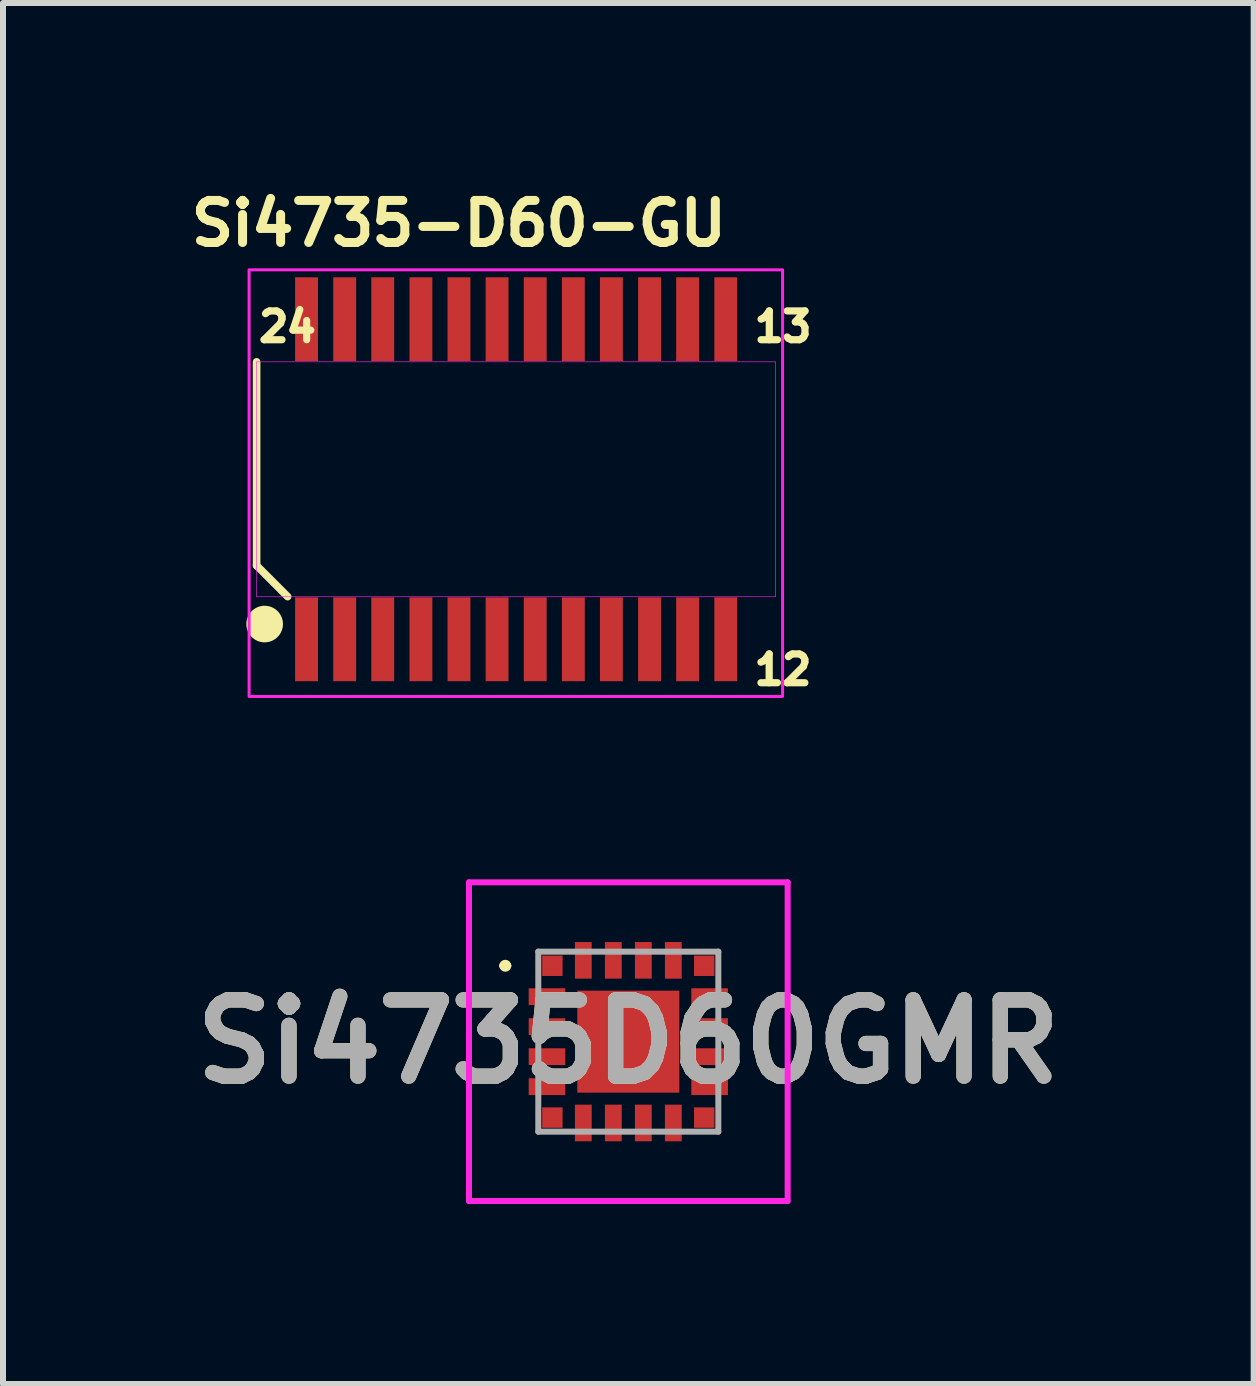
<source format=kicad_pcb>
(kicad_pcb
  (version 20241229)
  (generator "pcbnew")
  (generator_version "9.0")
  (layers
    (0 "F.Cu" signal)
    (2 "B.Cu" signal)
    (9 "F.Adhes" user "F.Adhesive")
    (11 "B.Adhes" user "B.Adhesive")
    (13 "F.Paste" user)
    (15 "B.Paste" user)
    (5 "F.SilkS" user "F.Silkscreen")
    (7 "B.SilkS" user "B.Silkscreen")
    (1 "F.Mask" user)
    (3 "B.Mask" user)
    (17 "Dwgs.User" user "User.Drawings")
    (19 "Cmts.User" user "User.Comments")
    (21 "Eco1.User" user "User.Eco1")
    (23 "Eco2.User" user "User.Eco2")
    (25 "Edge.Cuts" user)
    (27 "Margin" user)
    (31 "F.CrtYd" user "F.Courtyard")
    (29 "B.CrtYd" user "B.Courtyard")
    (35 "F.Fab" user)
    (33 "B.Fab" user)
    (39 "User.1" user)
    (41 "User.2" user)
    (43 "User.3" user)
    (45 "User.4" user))
  (footprint "Si4735D60GMR"
    (layer "F.Cu")
    (at 7.42 14.308)
    (property "Reference" "Si4735D60GMR" (at 0 0 0) (layer "F.SilkS") (effects (font (size 1.27 1.27) (thickness 0.254))))
    (attr smd)
    (fp_line (start -2.1 -1.265) (end -2.1 -1.265) (stroke (width 0.1) (type solid)) (layer "F.SilkS"))
    (fp_line (start -2 -1.265) (end -2 -1.265) (stroke (width 0.1) (type solid)) (layer "F.SilkS"))
    (fp_arc (start -2.1 -1.265) (mid -2.05 -1.315) (end -2 -1.265) (stroke (width 0.1) (type solid)) (layer "F.SilkS"))
    (fp_arc (start -2 -1.265) (mid -2.05 -1.215) (end -2.1 -1.265) (stroke (width 0.1) (type solid)) (layer "F.SilkS"))
    (fp_line (start -2.655 -2.655) (end 2.655 -2.655) (stroke (width 0.1) (type solid)) (layer "F.CrtYd"))
    (fp_line (start -2.655 2.655) (end -2.655 -2.655) (stroke (width 0.1) (type solid)) (layer "F.CrtYd"))
    (fp_line (start 2.655 -2.655) (end 2.655 2.655) (stroke (width 0.1) (type solid)) (layer "F.CrtYd"))
    (fp_line (start 2.655 2.655) (end -2.655 2.655) (stroke (width 0.1) (type solid)) (layer "F.CrtYd"))
    (fp_line (start -1.5 -1.5) (end 1.5 -1.5) (stroke (width 0.1) (type solid)) (layer "F.Fab"))
    (fp_line (start -1.5 1.5) (end -1.5 -1.5) (stroke (width 0.1) (type solid)) (layer "F.Fab"))
    (fp_line (start 1.5 -1.5) (end 1.5 1.5) (stroke (width 0.1) (type solid)) (layer "F.Fab"))
    (fp_line (start 1.5 1.5) (end -1.5 1.5) (stroke (width 0.1) (type solid)) (layer "F.Fab"))
    (fp_text user "${REFERENCE}" (at 0 0 0) (layer "F.Fab") (effects (font (size 1.27 1.27) (thickness 0.254))))
    (pad "1" smd rect (at -1.265 -1.265 90) (size 0.34 0.34) (layers "F.Cu" "F.Mask" "F.Paste"))
    (pad "2" smd rect (at -1.355 -0.75 90) (size 0.28 0.61) (layers "F.Cu" "F.Mask" "F.Paste"))
    (pad "3" smd rect (at -1.355 -0.25 90) (size 0.28 0.61) (layers "F.Cu" "F.Mask" "F.Paste"))
    (pad "4" smd rect (at -1.355 0.25 90) (size 0.28 0.61) (layers "F.Cu" "F.Mask" "F.Paste"))
    (pad "5" smd rect (at -1.355 0.75 90) (size 0.28 0.61) (layers "F.Cu" "F.Mask" "F.Paste"))
    (pad "6" smd rect (at -1.265 1.265 90) (size 0.34 0.34) (layers "F.Cu" "F.Mask" "F.Paste"))
    (pad "7" smd rect (at -0.75 1.355) (size 0.28 0.61) (layers "F.Cu" "F.Mask" "F.Paste"))
    (pad "8" smd rect (at -0.25 1.355) (size 0.28 0.61) (layers "F.Cu" "F.Mask" "F.Paste"))
    (pad "9" smd rect (at 0.25 1.355) (size 0.28 0.61) (layers "F.Cu" "F.Mask" "F.Paste"))
    (pad "10" smd rect (at 0.75 1.355) (size 0.28 0.61) (layers "F.Cu" "F.Mask" "F.Paste"))
    (pad "11" smd rect (at 1.265 1.265 90) (size 0.34 0.34) (layers "F.Cu" "F.Mask" "F.Paste"))
    (pad "12" smd rect (at 1.355 0.75 90) (size 0.28 0.61) (layers "F.Cu" "F.Mask" "F.Paste"))
    (pad "13" smd rect (at 1.355 0.25 90) (size 0.28 0.61) (layers "F.Cu" "F.Mask" "F.Paste"))
    (pad "14" smd rect (at 1.355 -0.25 90) (size 0.28 0.61) (layers "F.Cu" "F.Mask" "F.Paste"))
    (pad "15" smd rect (at 1.355 -0.75 90) (size 0.28 0.61) (layers "F.Cu" "F.Mask" "F.Paste"))
    (pad "16" smd rect (at 1.265 -1.265 90) (size 0.34 0.34) (layers "F.Cu" "F.Mask" "F.Paste"))
    (pad "17" smd rect (at 0.75 -1.355) (size 0.28 0.61) (layers "F.Cu" "F.Mask" "F.Paste"))
    (pad "18" smd rect (at 0.25 -1.355) (size 0.28 0.61) (layers "F.Cu" "F.Mask" "F.Paste"))
    (pad "19" smd rect (at -0.25 -1.355) (size 0.28 0.61) (layers "F.Cu" "F.Mask" "F.Paste"))
    (pad "20" smd rect (at -0.75 -1.355) (size 0.28 0.61) (layers "F.Cu" "F.Mask" "F.Paste"))
    (pad "21" smd rect (at 0 0) (size 1.7 1.7) (layers "F.Cu" "F.Mask" "F.Paste")))
  (footprint "Si4735-D60-GU"
    (layer "F.Cu")
    (at 5.551 4.936)
    (property "Reference" "Si4735-D60-GU" (at -0.954 -4.262 0) (layer "F.SilkS") (effects (font (size 0.701 0.701) (thickness 0.15))))
    (attr smd)
    (fp_line (start -4.325 1.438) (end -4.325 -1.956) (stroke (width 0.127) (type solid)) (layer "F.SilkS"))
    (fp_line (start -3.808 1.956) (end -4.325 1.438) (stroke (width 0.127) (type solid)) (layer "F.SilkS"))
    (fp_circle (center -4.191 2.413) (end -3.886 2.413) (stroke (width 0) (type solid)) (fill yes) (layer "F.SilkS"))
    (fp_rect (start -4.4 -3.44) (end 4.37 3.55) (stroke (width 0.1) (type default)) (fill no) (layer "Margin"))
    (fp_rect (start -4.45 -3.49) (end 4.44 3.62) (stroke (width 0.05) (type default)) (fill no) (layer "F.CrtYd"))
    (fp_poly (pts (xy -4.329 -1.956) (xy 4.325 -1.956) (xy 4.325 1.958) (xy -4.329 1.958)) (stroke (width 0.01) (type solid)) (fill no) (layer "F.CrtYd"))
    (fp_text user "24" (at -3.811 -2.541 0) (layer "F.SilkS") (effects (font (size 0.48 0.48) (thickness 0.15))))
    (fp_text user "12" (at 4.445 3.175 0) (layer "F.SilkS") (effects (font (size 0.48 0.48) (thickness 0.15))))
    (fp_text user "13" (at 4.447 -2.541 0) (layer "F.SilkS") (effects (font (size 0.48 0.48) (thickness 0.15))))
    (pad "1" smd rect (at -3.493 2.667) (size 0.381 1.397) (layers "F.Cu" "F.Mask" "F.Paste"))
    (pad "2" smd rect (at -2.857 2.667) (size 0.381 1.397) (layers "F.Cu" "F.Mask" "F.Paste"))
    (pad "3" smd rect (at -2.223 2.667) (size 0.381 1.397) (layers "F.Cu" "F.Mask" "F.Paste"))
    (pad "4" smd rect (at -1.587 2.667) (size 0.381 1.397) (layers "F.Cu" "F.Mask" "F.Paste"))
    (pad "5" smd rect (at -0.953 2.667) (size 0.381 1.397) (layers "F.Cu" "F.Mask" "F.Paste"))
    (pad "6" smd rect (at -0.318 2.667) (size 0.381 1.397) (layers "F.Cu" "F.Mask" "F.Paste"))
    (pad "7" smd rect (at 0.318 2.667) (size 0.381 1.397) (layers "F.Cu" "F.Mask" "F.Paste"))
    (pad "8" smd rect (at 0.953 2.667) (size 0.381 1.397) (layers "F.Cu" "F.Mask" "F.Paste"))
    (pad "9" smd rect (at 1.587 2.667) (size 0.381 1.397) (layers "F.Cu" "F.Mask" "F.Paste"))
    (pad "10" smd rect (at 2.223 2.667) (size 0.381 1.397) (layers "F.Cu" "F.Mask" "F.Paste"))
    (pad "11" smd rect (at 2.857 2.667) (size 0.381 1.397) (layers "F.Cu" "F.Mask" "F.Paste"))
    (pad "12" smd rect (at 3.493 2.667) (size 0.381 1.397) (layers "F.Cu" "F.Mask" "F.Paste"))
    (pad "13" smd rect (at 3.493 -2.667) (size 0.381 1.397) (layers "F.Cu" "F.Mask" "F.Paste"))
    (pad "14" smd rect (at 2.857 -2.667) (size 0.381 1.397) (layers "F.Cu" "F.Mask" "F.Paste"))
    (pad "15" smd rect (at 2.223 -2.667) (size 0.381 1.397) (layers "F.Cu" "F.Mask" "F.Paste"))
    (pad "16" smd rect (at 1.587 -2.667) (size 0.381 1.397) (layers "F.Cu" "F.Mask" "F.Paste"))
    (pad "17" smd rect (at 0.953 -2.667) (size 0.381 1.397) (layers "F.Cu" "F.Mask" "F.Paste"))
    (pad "18" smd rect (at 0.318 -2.667) (size 0.381 1.397) (layers "F.Cu" "F.Mask" "F.Paste"))
    (pad "19" smd rect (at -0.318 -2.667) (size 0.381 1.397) (layers "F.Cu" "F.Mask" "F.Paste"))
    (pad "20" smd rect (at -0.953 -2.667) (size 0.381 1.397) (layers "F.Cu" "F.Mask" "F.Paste"))
    (pad "21" smd rect (at -1.587 -2.667) (size 0.381 1.397) (layers "F.Cu" "F.Mask" "F.Paste"))
    (pad "22" smd rect (at -2.223 -2.667) (size 0.381 1.397) (layers "F.Cu" "F.Mask" "F.Paste"))
    (pad "23" smd rect (at -2.857 -2.667) (size 0.381 1.397) (layers "F.Cu" "F.Mask" "F.Paste"))
    (pad "24" smd rect (at -3.493 -2.667) (size 0.381 1.397) (layers "F.Cu" "F.Mask" "F.Paste")))
  (gr_rect
    (start -3 -3)
    (end 17.841 20.013)
    (stroke (width 0.1) (type default))
    (fill no)
    (layer "Edge.Cuts")))
</source>
